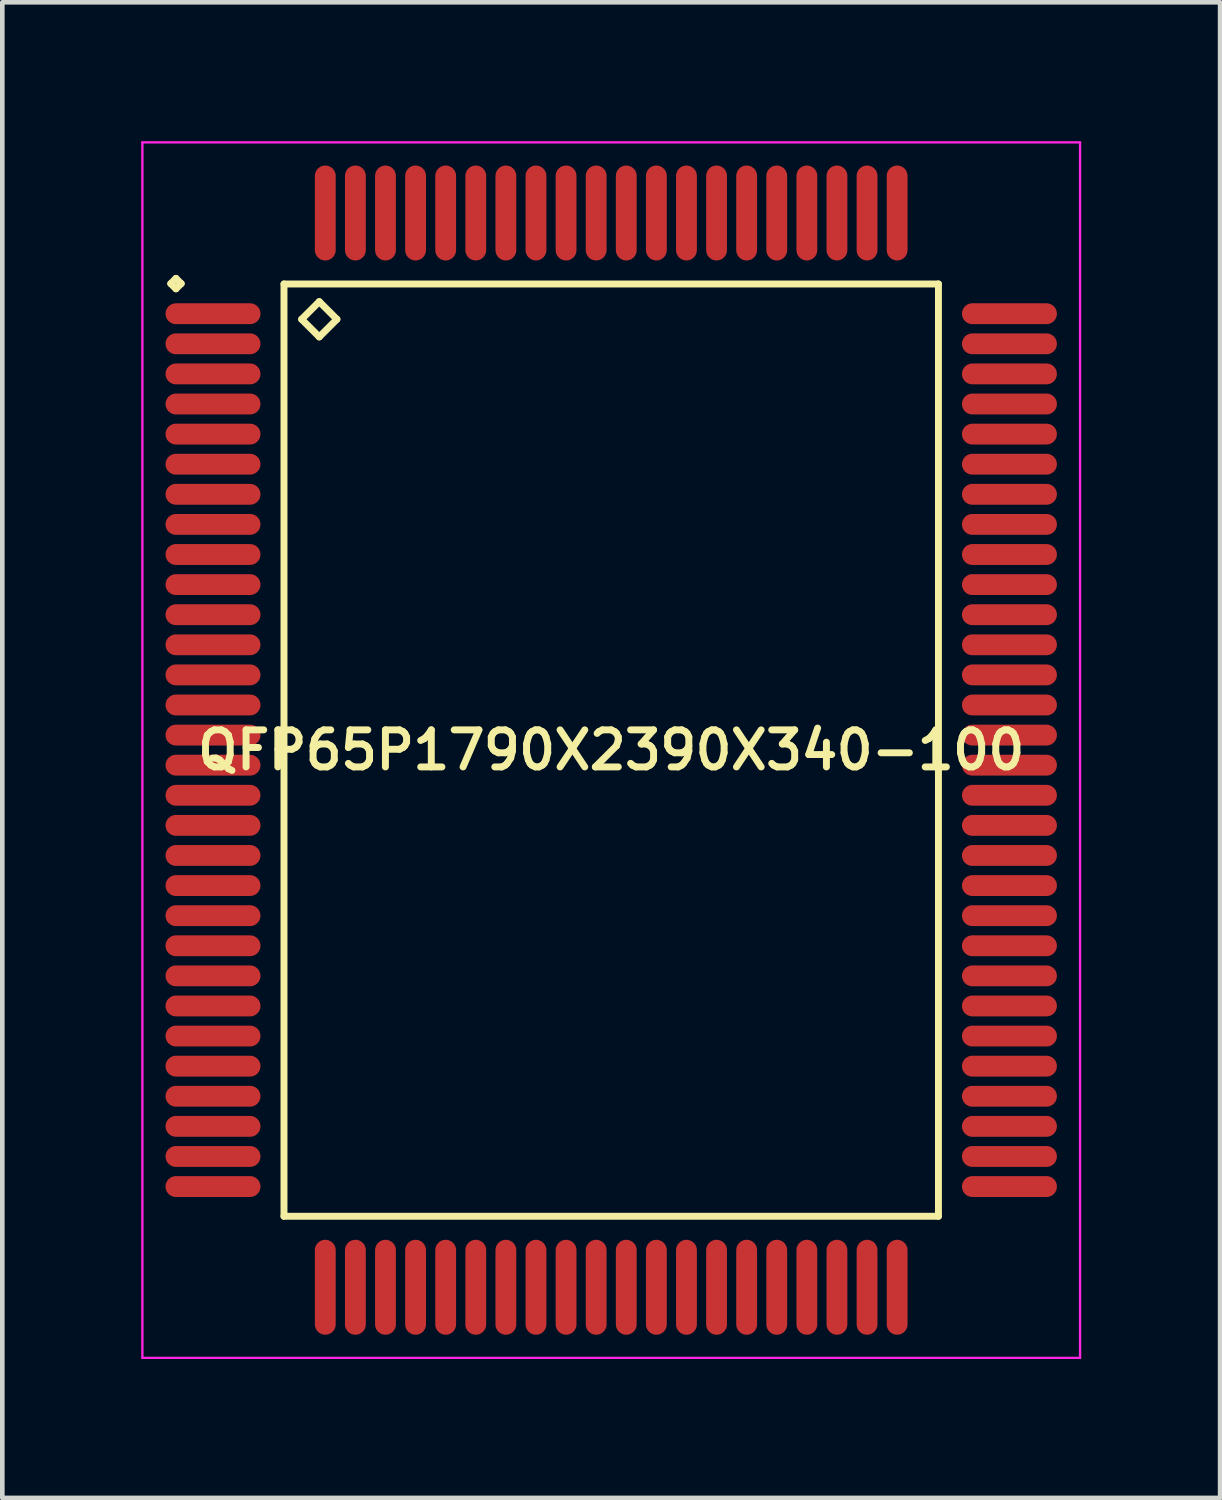
<source format=kicad_pcb>
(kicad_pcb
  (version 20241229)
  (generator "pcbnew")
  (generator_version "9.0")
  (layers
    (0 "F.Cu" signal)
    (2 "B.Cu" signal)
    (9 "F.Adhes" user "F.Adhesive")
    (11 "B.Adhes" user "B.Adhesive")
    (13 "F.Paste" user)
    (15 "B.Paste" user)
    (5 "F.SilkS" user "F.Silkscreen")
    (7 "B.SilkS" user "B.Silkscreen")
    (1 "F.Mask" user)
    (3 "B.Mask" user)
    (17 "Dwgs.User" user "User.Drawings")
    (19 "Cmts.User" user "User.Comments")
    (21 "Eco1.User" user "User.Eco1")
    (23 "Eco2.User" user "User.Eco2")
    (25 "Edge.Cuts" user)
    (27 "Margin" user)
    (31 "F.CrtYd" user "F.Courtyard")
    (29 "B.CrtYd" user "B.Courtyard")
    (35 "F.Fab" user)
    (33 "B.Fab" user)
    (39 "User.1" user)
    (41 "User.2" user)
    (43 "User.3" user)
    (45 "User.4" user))
  (footprint "QFP65P1790X2390X340-100"
    (layer "F.Cu")
    (at 10.15 13.15)
    (property "Reference" "QFP65P1790X2390X340-100" (at 0 0 0) (layer "F.SilkS") (effects (font (size 0.8 0.8) (thickness 0.15))))
    (attr smd)
    (fp_line (start -9.512 -10.075) (end -9.4 -10.188) (stroke (width 0.15) (type solid)) (layer "F.SilkS"))
    (fp_line (start -9.4 -10.188) (end -9.287 -10.075) (stroke (width 0.15) (type solid)) (layer "F.SilkS"))
    (fp_line (start -9.4 -9.963) (end -9.512 -10.075) (stroke (width 0.15) (type solid)) (layer "F.SilkS"))
    (fp_line (start -9.287 -10.075) (end -9.4 -9.963) (stroke (width 0.15) (type solid)) (layer "F.SilkS"))
    (fp_line (start -7.067 -10.067) (end -7.067 10.067) (stroke (width 0.15) (type solid)) (layer "F.SilkS"))
    (fp_line (start -7.067 10.067) (end 7.067 10.067) (stroke (width 0.15) (type solid)) (layer "F.SilkS"))
    (fp_line (start -6.686 -9.305) (end -6.305 -9.686) (stroke (width 0.15) (type solid)) (layer "F.SilkS"))
    (fp_line (start -6.305 -9.686) (end -5.924 -9.305) (stroke (width 0.15) (type solid)) (layer "F.SilkS"))
    (fp_line (start -6.305 -8.924) (end -6.686 -9.305) (stroke (width 0.15) (type solid)) (layer "F.SilkS"))
    (fp_line (start -5.924 -9.305) (end -6.305 -8.924) (stroke (width 0.15) (type solid)) (layer "F.SilkS"))
    (fp_line (start 7.067 -10.067) (end -7.067 -10.067) (stroke (width 0.15) (type solid)) (layer "F.SilkS"))
    (fp_line (start 7.067 10.067) (end 7.067 -10.067) (stroke (width 0.15) (type solid)) (layer "F.SilkS"))
    (fp_line (start -10.125 -13.125) (end 10.125 -13.125) (stroke (width 0.05) (type solid)) (layer "F.CrtYd"))
    (fp_line (start -10.125 13.125) (end -10.125 -13.125) (stroke (width 0.05) (type solid)) (layer "F.CrtYd"))
    (fp_line (start 10.125 -13.125) (end 10.125 13.125) (stroke (width 0.05) (type solid)) (layer "F.CrtYd"))
    (fp_line (start 10.125 13.125) (end -10.125 13.125) (stroke (width 0.05) (type solid)) (layer "F.CrtYd"))
    (pad "1" smd oval (at -8.6 -9.425) (size 2.05 0.45) (layers "F.Cu" "F.Mask" "F.Paste"))
    (pad "2" smd oval (at -8.6 -8.775) (size 2.05 0.45) (layers "F.Cu" "F.Mask" "F.Paste"))
    (pad "3" smd oval (at -8.6 -8.125) (size 2.05 0.45) (layers "F.Cu" "F.Mask" "F.Paste"))
    (pad "4" smd oval (at -8.6 -7.475) (size 2.05 0.45) (layers "F.Cu" "F.Mask" "F.Paste"))
    (pad "5" smd oval (at -8.6 -6.825) (size 2.05 0.45) (layers "F.Cu" "F.Mask" "F.Paste"))
    (pad "6" smd oval (at -8.6 -6.175) (size 2.05 0.45) (layers "F.Cu" "F.Mask" "F.Paste"))
    (pad "7" smd oval (at -8.6 -5.525) (size 2.05 0.45) (layers "F.Cu" "F.Mask" "F.Paste"))
    (pad "8" smd oval (at -8.6 -4.875) (size 2.05 0.45) (layers "F.Cu" "F.Mask" "F.Paste"))
    (pad "9" smd oval (at -8.6 -4.225) (size 2.05 0.45) (layers "F.Cu" "F.Mask" "F.Paste"))
    (pad "10" smd oval (at -8.6 -3.575) (size 2.05 0.45) (layers "F.Cu" "F.Mask" "F.Paste"))
    (pad "11" smd oval (at -8.6 -2.925) (size 2.05 0.45) (layers "F.Cu" "F.Mask" "F.Paste"))
    (pad "12" smd oval (at -8.6 -2.275) (size 2.05 0.45) (layers "F.Cu" "F.Mask" "F.Paste"))
    (pad "13" smd oval (at -8.6 -1.625) (size 2.05 0.45) (layers "F.Cu" "F.Mask" "F.Paste"))
    (pad "14" smd oval (at -8.6 -0.975) (size 2.05 0.45) (layers "F.Cu" "F.Mask" "F.Paste"))
    (pad "15" smd oval (at -8.6 -0.325) (size 2.05 0.45) (layers "F.Cu" "F.Mask" "F.Paste"))
    (pad "16" smd oval (at -8.6 0.325) (size 2.05 0.45) (layers "F.Cu" "F.Mask" "F.Paste"))
    (pad "17" smd oval (at -8.6 0.975) (size 2.05 0.45) (layers "F.Cu" "F.Mask" "F.Paste"))
    (pad "18" smd oval (at -8.6 1.625) (size 2.05 0.45) (layers "F.Cu" "F.Mask" "F.Paste"))
    (pad "19" smd oval (at -8.6 2.275) (size 2.05 0.45) (layers "F.Cu" "F.Mask" "F.Paste"))
    (pad "20" smd oval (at -8.6 2.925) (size 2.05 0.45) (layers "F.Cu" "F.Mask" "F.Paste"))
    (pad "21" smd oval (at -8.6 3.575) (size 2.05 0.45) (layers "F.Cu" "F.Mask" "F.Paste"))
    (pad "22" smd oval (at -8.6 4.225) (size 2.05 0.45) (layers "F.Cu" "F.Mask" "F.Paste"))
    (pad "23" smd oval (at -8.6 4.875) (size 2.05 0.45) (layers "F.Cu" "F.Mask" "F.Paste"))
    (pad "24" smd oval (at -8.6 5.525) (size 2.05 0.45) (layers "F.Cu" "F.Mask" "F.Paste"))
    (pad "25" smd oval (at -8.6 6.175) (size 2.05 0.45) (layers "F.Cu" "F.Mask" "F.Paste"))
    (pad "26" smd oval (at -8.6 6.825) (size 2.05 0.45) (layers "F.Cu" "F.Mask" "F.Paste"))
    (pad "27" smd oval (at -8.6 7.475) (size 2.05 0.45) (layers "F.Cu" "F.Mask" "F.Paste"))
    (pad "28" smd oval (at -8.6 8.125) (size 2.05 0.45) (layers "F.Cu" "F.Mask" "F.Paste"))
    (pad "29" smd oval (at -8.6 8.775) (size 2.05 0.45) (layers "F.Cu" "F.Mask" "F.Paste"))
    (pad "30" smd oval (at -8.6 9.425) (size 2.05 0.45) (layers "F.Cu" "F.Mask" "F.Paste"))
    (pad "31" smd oval (at -6.175 11.6) (size 0.45 2.05) (layers "F.Cu" "F.Mask" "F.Paste"))
    (pad "32" smd oval (at -5.525 11.6) (size 0.45 2.05) (layers "F.Cu" "F.Mask" "F.Paste"))
    (pad "33" smd oval (at -4.875 11.6) (size 0.45 2.05) (layers "F.Cu" "F.Mask" "F.Paste"))
    (pad "34" smd oval (at -4.225 11.6) (size 0.45 2.05) (layers "F.Cu" "F.Mask" "F.Paste"))
    (pad "35" smd oval (at -3.575 11.6) (size 0.45 2.05) (layers "F.Cu" "F.Mask" "F.Paste"))
    (pad "36" smd oval (at -2.925 11.6) (size 0.45 2.05) (layers "F.Cu" "F.Mask" "F.Paste"))
    (pad "37" smd oval (at -2.275 11.6) (size 0.45 2.05) (layers "F.Cu" "F.Mask" "F.Paste"))
    (pad "38" smd oval (at -1.625 11.6) (size 0.45 2.05) (layers "F.Cu" "F.Mask" "F.Paste"))
    (pad "39" smd oval (at -0.975 11.6) (size 0.45 2.05) (layers "F.Cu" "F.Mask" "F.Paste"))
    (pad "40" smd oval (at -0.325 11.6) (size 0.45 2.05) (layers "F.Cu" "F.Mask" "F.Paste"))
    (pad "41" smd oval (at 0.325 11.6) (size 0.45 2.05) (layers "F.Cu" "F.Mask" "F.Paste"))
    (pad "42" smd oval (at 0.975 11.6) (size 0.45 2.05) (layers "F.Cu" "F.Mask" "F.Paste"))
    (pad "43" smd oval (at 1.625 11.6) (size 0.45 2.05) (layers "F.Cu" "F.Mask" "F.Paste"))
    (pad "44" smd oval (at 2.275 11.6) (size 0.45 2.05) (layers "F.Cu" "F.Mask" "F.Paste"))
    (pad "45" smd oval (at 2.925 11.6) (size 0.45 2.05) (layers "F.Cu" "F.Mask" "F.Paste"))
    (pad "46" smd oval (at 3.575 11.6) (size 0.45 2.05) (layers "F.Cu" "F.Mask" "F.Paste"))
    (pad "47" smd oval (at 4.225 11.6) (size 0.45 2.05) (layers "F.Cu" "F.Mask" "F.Paste"))
    (pad "48" smd oval (at 4.875 11.6) (size 0.45 2.05) (layers "F.Cu" "F.Mask" "F.Paste"))
    (pad "49" smd oval (at 5.525 11.6) (size 0.45 2.05) (layers "F.Cu" "F.Mask" "F.Paste"))
    (pad "50" smd oval (at 6.175 11.6) (size 0.45 2.05) (layers "F.Cu" "F.Mask" "F.Paste"))
    (pad "51" smd oval (at 8.6 9.425) (size 2.05 0.45) (layers "F.Cu" "F.Mask" "F.Paste"))
    (pad "52" smd oval (at 8.6 8.775) (size 2.05 0.45) (layers "F.Cu" "F.Mask" "F.Paste"))
    (pad "53" smd oval (at 8.6 8.125) (size 2.05 0.45) (layers "F.Cu" "F.Mask" "F.Paste"))
    (pad "54" smd oval (at 8.6 7.475) (size 2.05 0.45) (layers "F.Cu" "F.Mask" "F.Paste"))
    (pad "55" smd oval (at 8.6 6.825) (size 2.05 0.45) (layers "F.Cu" "F.Mask" "F.Paste"))
    (pad "56" smd oval (at 8.6 6.175) (size 2.05 0.45) (layers "F.Cu" "F.Mask" "F.Paste"))
    (pad "57" smd oval (at 8.6 5.525) (size 2.05 0.45) (layers "F.Cu" "F.Mask" "F.Paste"))
    (pad "58" smd oval (at 8.6 4.875) (size 2.05 0.45) (layers "F.Cu" "F.Mask" "F.Paste"))
    (pad "59" smd oval (at 8.6 4.225) (size 2.05 0.45) (layers "F.Cu" "F.Mask" "F.Paste"))
    (pad "60" smd oval (at 8.6 3.575) (size 2.05 0.45) (layers "F.Cu" "F.Mask" "F.Paste"))
    (pad "61" smd oval (at 8.6 2.925) (size 2.05 0.45) (layers "F.Cu" "F.Mask" "F.Paste"))
    (pad "62" smd oval (at 8.6 2.275) (size 2.05 0.45) (layers "F.Cu" "F.Mask" "F.Paste"))
    (pad "63" smd oval (at 8.6 1.625) (size 2.05 0.45) (layers "F.Cu" "F.Mask" "F.Paste"))
    (pad "64" smd oval (at 8.6 0.975) (size 2.05 0.45) (layers "F.Cu" "F.Mask" "F.Paste"))
    (pad "65" smd oval (at 8.6 0.325) (size 2.05 0.45) (layers "F.Cu" "F.Mask" "F.Paste"))
    (pad "66" smd oval (at 8.6 -0.325) (size 2.05 0.45) (layers "F.Cu" "F.Mask" "F.Paste"))
    (pad "67" smd oval (at 8.6 -0.975) (size 2.05 0.45) (layers "F.Cu" "F.Mask" "F.Paste"))
    (pad "68" smd oval (at 8.6 -1.625) (size 2.05 0.45) (layers "F.Cu" "F.Mask" "F.Paste"))
    (pad "69" smd oval (at 8.6 -2.275) (size 2.05 0.45) (layers "F.Cu" "F.Mask" "F.Paste"))
    (pad "70" smd oval (at 8.6 -2.925) (size 2.05 0.45) (layers "F.Cu" "F.Mask" "F.Paste"))
    (pad "71" smd oval (at 8.6 -3.575) (size 2.05 0.45) (layers "F.Cu" "F.Mask" "F.Paste"))
    (pad "72" smd oval (at 8.6 -4.225) (size 2.05 0.45) (layers "F.Cu" "F.Mask" "F.Paste"))
    (pad "73" smd oval (at 8.6 -4.875) (size 2.05 0.45) (layers "F.Cu" "F.Mask" "F.Paste"))
    (pad "74" smd oval (at 8.6 -5.525) (size 2.05 0.45) (layers "F.Cu" "F.Mask" "F.Paste"))
    (pad "75" smd oval (at 8.6 -6.175) (size 2.05 0.45) (layers "F.Cu" "F.Mask" "F.Paste"))
    (pad "76" smd oval (at 8.6 -6.825) (size 2.05 0.45) (layers "F.Cu" "F.Mask" "F.Paste"))
    (pad "77" smd oval (at 8.6 -7.475) (size 2.05 0.45) (layers "F.Cu" "F.Mask" "F.Paste"))
    (pad "78" smd oval (at 8.6 -8.125) (size 2.05 0.45) (layers "F.Cu" "F.Mask" "F.Paste"))
    (pad "79" smd oval (at 8.6 -8.775) (size 2.05 0.45) (layers "F.Cu" "F.Mask" "F.Paste"))
    (pad "80" smd oval (at 8.6 -9.425) (size 2.05 0.45) (layers "F.Cu" "F.Mask" "F.Paste"))
    (pad "81" smd oval (at 6.175 -11.6) (size 0.45 2.05) (layers "F.Cu" "F.Mask" "F.Paste"))
    (pad "82" smd oval (at 5.525 -11.6) (size 0.45 2.05) (layers "F.Cu" "F.Mask" "F.Paste"))
    (pad "83" smd oval (at 4.875 -11.6) (size 0.45 2.05) (layers "F.Cu" "F.Mask" "F.Paste"))
    (pad "84" smd oval (at 4.225 -11.6) (size 0.45 2.05) (layers "F.Cu" "F.Mask" "F.Paste"))
    (pad "85" smd oval (at 3.575 -11.6) (size 0.45 2.05) (layers "F.Cu" "F.Mask" "F.Paste"))
    (pad "86" smd oval (at 2.925 -11.6) (size 0.45 2.05) (layers "F.Cu" "F.Mask" "F.Paste"))
    (pad "87" smd oval (at 2.275 -11.6) (size 0.45 2.05) (layers "F.Cu" "F.Mask" "F.Paste"))
    (pad "88" smd oval (at 1.625 -11.6) (size 0.45 2.05) (layers "F.Cu" "F.Mask" "F.Paste"))
    (pad "89" smd oval (at 0.975 -11.6) (size 0.45 2.05) (layers "F.Cu" "F.Mask" "F.Paste"))
    (pad "90" smd oval (at 0.325 -11.6) (size 0.45 2.05) (layers "F.Cu" "F.Mask" "F.Paste"))
    (pad "91" smd oval (at -0.325 -11.6) (size 0.45 2.05) (layers "F.Cu" "F.Mask" "F.Paste"))
    (pad "92" smd oval (at -0.975 -11.6) (size 0.45 2.05) (layers "F.Cu" "F.Mask" "F.Paste"))
    (pad "93" smd oval (at -1.625 -11.6) (size 0.45 2.05) (layers "F.Cu" "F.Mask" "F.Paste"))
    (pad "94" smd oval (at -2.275 -11.6) (size 0.45 2.05) (layers "F.Cu" "F.Mask" "F.Paste"))
    (pad "95" smd oval (at -2.925 -11.6) (size 0.45 2.05) (layers "F.Cu" "F.Mask" "F.Paste"))
    (pad "96" smd oval (at -3.575 -11.6) (size 0.45 2.05) (layers "F.Cu" "F.Mask" "F.Paste"))
    (pad "97" smd oval (at -4.225 -11.6) (size 0.45 2.05) (layers "F.Cu" "F.Mask" "F.Paste"))
    (pad "98" smd oval (at -4.875 -11.6) (size 0.45 2.05) (layers "F.Cu" "F.Mask" "F.Paste"))
    (pad "99" smd oval (at -5.525 -11.6) (size 0.45 2.05) (layers "F.Cu" "F.Mask" "F.Paste"))
    (pad "100" smd oval (at -6.175 -11.6) (size 0.45 2.05) (layers "F.Cu" "F.Mask" "F.Paste")))
  (gr_rect
    (start -3 -3)
    (end 23.3 29.3)
    (stroke (width 0.1) (type default))
    (fill no)
    (layer "Edge.Cuts")))
</source>
